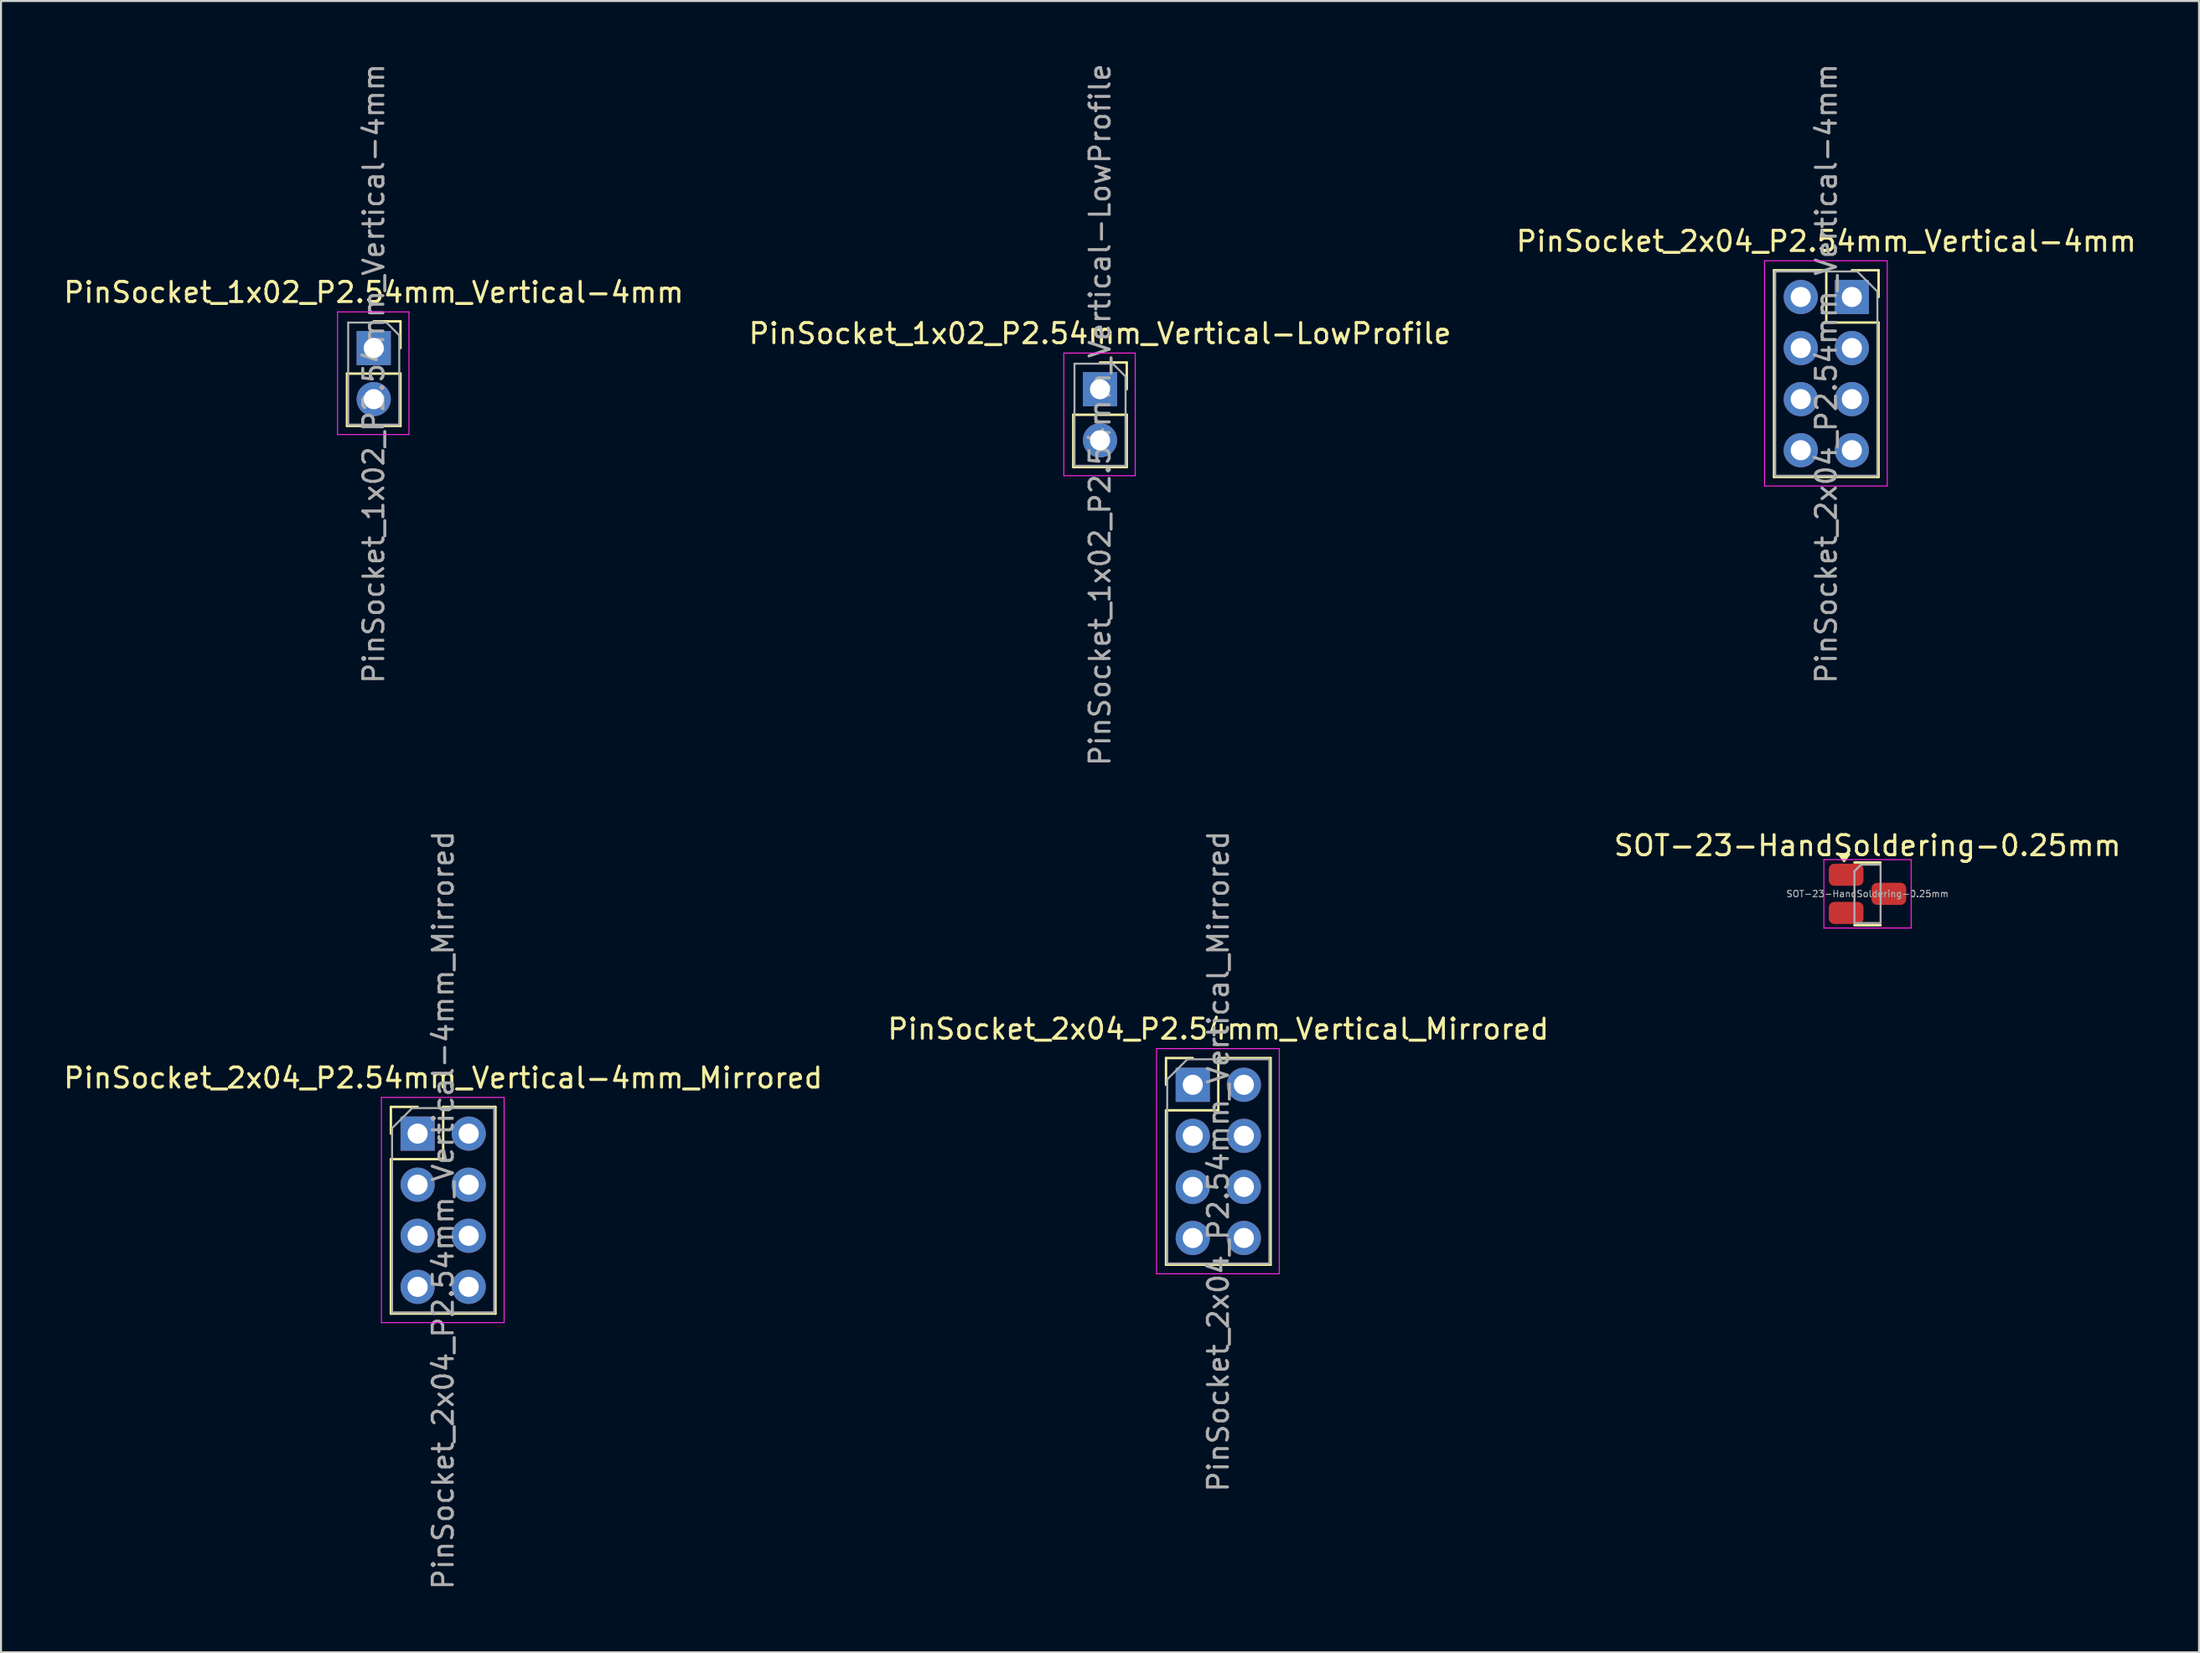
<source format=kicad_pcb>
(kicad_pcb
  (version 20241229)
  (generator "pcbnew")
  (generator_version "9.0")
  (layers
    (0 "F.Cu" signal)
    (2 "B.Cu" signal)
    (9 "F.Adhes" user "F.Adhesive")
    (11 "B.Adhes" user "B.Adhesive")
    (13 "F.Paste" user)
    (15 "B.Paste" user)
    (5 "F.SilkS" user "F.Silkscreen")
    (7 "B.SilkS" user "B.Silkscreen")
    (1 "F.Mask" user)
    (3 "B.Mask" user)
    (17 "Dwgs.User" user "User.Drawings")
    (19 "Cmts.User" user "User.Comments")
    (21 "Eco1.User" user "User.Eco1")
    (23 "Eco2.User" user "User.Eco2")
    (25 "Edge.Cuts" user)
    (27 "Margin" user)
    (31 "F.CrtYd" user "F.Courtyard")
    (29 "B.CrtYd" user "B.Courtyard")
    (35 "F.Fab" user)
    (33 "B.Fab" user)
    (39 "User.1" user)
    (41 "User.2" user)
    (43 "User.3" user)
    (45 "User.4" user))
  (footprint "SOT-23-HandSoldering-0.25mm"
    (layer "F.Cu")
    (at 89.792 41.403)
    (property "Reference" "SOT-23-HandSoldering-0.25mm" (at 0 -2.4 0) (layer "F.SilkS") (effects (font (size 1 1) (thickness 0.15))))
    (attr smd)
    (fp_line (start 0 -1.56) (end -0.65 -1.56) (stroke (width 0.12) (type solid)) (layer "F.SilkS"))
    (fp_line (start 0 -1.56) (end 0.65 -1.56) (stroke (width 0.12) (type solid)) (layer "F.SilkS"))
    (fp_line (start 0 1.56) (end -0.65 1.56) (stroke (width 0.12) (type solid)) (layer "F.SilkS"))
    (fp_line (start 0 1.56) (end 0.65 1.56) (stroke (width 0.12) (type solid)) (layer "F.SilkS"))
    (fp_poly (pts (xy -1.163 -1.635) (xy -1.403 -1.965) (xy -0.922 -1.965) (xy -1.163 -1.635)) (stroke (width 0.12) (type solid)) (fill yes) (layer "F.SilkS"))
    (fp_line (start -2.17 -1.7) (end -2.17 1.7) (stroke (width 0.05) (type solid)) (layer "F.CrtYd"))
    (fp_line (start -2.17 1.7) (end 2.17 1.7) (stroke (width 0.05) (type solid)) (layer "F.CrtYd"))
    (fp_line (start 2.17 -1.7) (end -2.17 -1.7) (stroke (width 0.05) (type solid)) (layer "F.CrtYd"))
    (fp_line (start 2.17 1.7) (end 2.17 -1.7) (stroke (width 0.05) (type solid)) (layer "F.CrtYd"))
    (fp_line (start -0.65 -1.125) (end -0.325 -1.45) (stroke (width 0.1) (type solid)) (layer "F.Fab"))
    (fp_line (start -0.65 1.45) (end -0.65 -1.125) (stroke (width 0.1) (type solid)) (layer "F.Fab"))
    (fp_line (start -0.325 -1.45) (end 0.65 -1.45) (stroke (width 0.1) (type solid)) (layer "F.Fab"))
    (fp_line (start 0.65 -1.45) (end 0.65 1.45) (stroke (width 0.1) (type solid)) (layer "F.Fab"))
    (fp_line (start 0.65 1.45) (end -0.65 1.45) (stroke (width 0.1) (type solid)) (layer "F.Fab"))
    (fp_text user "${REFERENCE}" (at 0 0 0) (layer "F.Fab") (effects (font (size 0.32 0.32) (thickness 0.05))))
    (pad "1" smd roundrect (at -1.062 -0.95) (size 1.725 1.1) (layers "F.Cu" "F.Mask" "F.Paste") (roundrect_rratio 0.25))
    (pad "2" smd roundrect (at -1.062 0.95) (size 1.725 1.1) (layers "F.Cu" "F.Mask" "F.Paste") (roundrect_rratio 0.25))
    (pad "3" smd roundrect (at 1.062 0) (size 1.725 1.1) (layers "F.Cu" "F.Mask" "F.Paste") (roundrect_rratio 0.25)))
  (footprint "PinSocket_1x02_P2.54mm_Vertical-LowProfile"
    (layer "F.Cu")
    (at 51.637 16.307)
    (property "Reference" "PinSocket_1x02_P2.54mm_Vertical-LowProfile" (at 0 -2.77 0) (layer "F.SilkS") (effects (font (size 1 1) (thickness 0.15))))
    (attr through_hole)
    (fp_line (start -1.33 1.27) (end -1.33 3.87) (stroke (width 0.12) (type solid)) (layer "F.SilkS"))
    (fp_line (start -1.33 1.27) (end 1.33 1.27) (stroke (width 0.12) (type solid)) (layer "F.SilkS"))
    (fp_line (start -1.33 3.87) (end 1.33 3.87) (stroke (width 0.12) (type solid)) (layer "F.SilkS"))
    (fp_line (start 0 -1.33) (end 1.33 -1.33) (stroke (width 0.12) (type solid)) (layer "F.SilkS"))
    (fp_line (start 1.33 -1.33) (end 1.33 0) (stroke (width 0.12) (type solid)) (layer "F.SilkS"))
    (fp_line (start 1.33 1.27) (end 1.33 3.87) (stroke (width 0.12) (type solid)) (layer "F.SilkS"))
    (fp_line (start -1.8 -1.8) (end 1.75 -1.8) (stroke (width 0.05) (type solid)) (layer "F.CrtYd"))
    (fp_line (start -1.8 4.3) (end -1.8 -1.8) (stroke (width 0.05) (type solid)) (layer "F.CrtYd"))
    (fp_line (start 1.75 -1.8) (end 1.75 4.3) (stroke (width 0.05) (type solid)) (layer "F.CrtYd"))
    (fp_line (start 1.75 4.3) (end -1.8 4.3) (stroke (width 0.05) (type solid)) (layer "F.CrtYd"))
    (fp_line (start -1.27 -1.27) (end 0.635 -1.27) (stroke (width 0.1) (type solid)) (layer "F.Fab"))
    (fp_line (start -1.27 3.81) (end -1.27 -1.27) (stroke (width 0.1) (type solid)) (layer "F.Fab"))
    (fp_line (start 0.635 -1.27) (end 1.27 -0.635) (stroke (width 0.1) (type solid)) (layer "F.Fab"))
    (fp_line (start 1.27 -0.635) (end 1.27 3.81) (stroke (width 0.1) (type solid)) (layer "F.Fab"))
    (fp_line (start 1.27 3.81) (end -1.27 3.81) (stroke (width 0.1) (type solid)) (layer "F.Fab"))
    (fp_text user "${REFERENCE}" (at 0 1.27 90) (layer "F.Fab") (effects (font (size 1 1) (thickness 0.15))))
    (pad "1" thru_hole rect (at 0 0) (size 1.7 1.7) (drill 1) (layers "*.Cu" "*.Mask"))
    (pad "2" thru_hole oval (at 0 2.54) (size 1.7 1.7) (drill 1) (layers "*.Cu" "*.Mask")))
  (footprint "PinSocket_2x04_P2.54mm_Vertical-4mm_Mirrored"
    (layer "F.Cu")
    (at 20.252 53.327)
    (property "Reference" "PinSocket_2x04_P2.54mm_Vertical-4mm_Mirrored" (at -1.27 -2.77 0) (layer "F.SilkS") (effects (font (size 1 1) (thickness 0.15))))
    (attr through_hole)
    (fp_line (start -3.87 -1.33) (end -3.87 0) (stroke (width 0.12) (type solid)) (layer "F.SilkS"))
    (fp_line (start -3.87 1.27) (end -3.87 8.95) (stroke (width 0.12) (type solid)) (layer "F.SilkS"))
    (fp_line (start -2.54 -1.33) (end -3.87 -1.33) (stroke (width 0.12) (type solid)) (layer "F.SilkS"))
    (fp_line (start -1.27 -1.33) (end -1.27 1.27) (stroke (width 0.12) (type solid)) (layer "F.SilkS"))
    (fp_line (start -1.27 1.27) (end -3.87 1.27) (stroke (width 0.12) (type solid)) (layer "F.SilkS"))
    (fp_line (start 1.33 -1.33) (end -1.27 -1.33) (stroke (width 0.12) (type solid)) (layer "F.SilkS"))
    (fp_line (start 1.33 -1.33) (end 1.33 8.95) (stroke (width 0.12) (type solid)) (layer "F.SilkS"))
    (fp_line (start 1.33 8.95) (end -3.87 8.95) (stroke (width 0.12) (type solid)) (layer "F.SilkS"))
    (fp_line (start -4.34 -1.8) (end 1.76 -1.8) (stroke (width 0.05) (type solid)) (layer "F.CrtYd"))
    (fp_line (start -4.34 9.4) (end -4.34 -1.8) (stroke (width 0.05) (type solid)) (layer "F.CrtYd"))
    (fp_line (start 1.76 -1.8) (end 1.76 9.4) (stroke (width 0.05) (type solid)) (layer "F.CrtYd"))
    (fp_line (start 1.76 9.4) (end -4.34 9.4) (stroke (width 0.05) (type solid)) (layer "F.CrtYd"))
    (fp_line (start -3.81 -0.27) (end -3.81 8.89) (stroke (width 0.1) (type solid)) (layer "F.Fab"))
    (fp_line (start -3.81 8.89) (end 1.27 8.89) (stroke (width 0.1) (type solid)) (layer "F.Fab"))
    (fp_line (start -2.81 -1.27) (end -3.81 -0.27) (stroke (width 0.1) (type solid)) (layer "F.Fab"))
    (fp_line (start 1.27 -1.27) (end -2.81 -1.27) (stroke (width 0.1) (type solid)) (layer "F.Fab"))
    (fp_line (start 1.27 8.89) (end 1.27 -1.27) (stroke (width 0.1) (type solid)) (layer "F.Fab"))
    (fp_text user "${REFERENCE}" (at -1.27 3.81 90) (layer "F.Fab") (effects (font (size 1 1) (thickness 0.15))))
    (pad "1" thru_hole rect (at -2.54 0) (size 1.7 1.7) (drill 1) (layers "*.Cu" "*.Mask"))
    (pad "2" thru_hole oval (at -2.54 2.54) (size 1.7 1.7) (drill 1) (layers "*.Cu" "*.Mask"))
    (pad "3" thru_hole oval (at -2.54 5.08) (size 1.7 1.7) (drill 1) (layers "*.Cu" "*.Mask"))
    (pad "4" thru_hole oval (at -2.54 7.62) (size 1.7 1.7) (drill 1) (layers "*.Cu" "*.Mask"))
    (pad "5" thru_hole oval (at 0 0) (size 1.7 1.7) (drill 1) (layers "*.Cu" "*.Mask"))
    (pad "6" thru_hole oval (at 0 2.54) (size 1.7 1.7) (drill 1) (layers "*.Cu" "*.Mask"))
    (pad "7" thru_hole oval (at 0 5.08) (size 1.7 1.7) (drill 1) (layers "*.Cu" "*.Mask"))
    (pad "8" thru_hole oval (at 0 7.62) (size 1.7 1.7) (drill 1) (layers "*.Cu" "*.Mask")))
  (footprint "PinSocket_2x04_P2.54mm_Vertical-4mm"
    (layer "F.Cu")
    (at 89.014 11.72)
    (property "Reference" "PinSocket_2x04_P2.54mm_Vertical-4mm" (at -1.27 -2.77 0) (layer "F.SilkS") (effects (font (size 1 1) (thickness 0.15))))
    (attr through_hole)
    (fp_line (start -3.87 -1.33) (end -3.87 8.95) (stroke (width 0.12) (type solid)) (layer "F.SilkS"))
    (fp_line (start -3.87 -1.33) (end -1.27 -1.33) (stroke (width 0.12) (type solid)) (layer "F.SilkS"))
    (fp_line (start -3.87 8.95) (end 1.33 8.95) (stroke (width 0.12) (type solid)) (layer "F.SilkS"))
    (fp_line (start -1.27 -1.33) (end -1.27 1.27) (stroke (width 0.12) (type solid)) (layer "F.SilkS"))
    (fp_line (start -1.27 1.27) (end 1.33 1.27) (stroke (width 0.12) (type solid)) (layer "F.SilkS"))
    (fp_line (start 0 -1.33) (end 1.33 -1.33) (stroke (width 0.12) (type solid)) (layer "F.SilkS"))
    (fp_line (start 1.33 -1.33) (end 1.33 0) (stroke (width 0.12) (type solid)) (layer "F.SilkS"))
    (fp_line (start 1.33 1.27) (end 1.33 8.95) (stroke (width 0.12) (type solid)) (layer "F.SilkS"))
    (fp_line (start -4.34 -1.8) (end 1.76 -1.8) (stroke (width 0.05) (type solid)) (layer "F.CrtYd"))
    (fp_line (start -4.34 9.4) (end -4.34 -1.8) (stroke (width 0.05) (type solid)) (layer "F.CrtYd"))
    (fp_line (start 1.76 -1.8) (end 1.76 9.4) (stroke (width 0.05) (type solid)) (layer "F.CrtYd"))
    (fp_line (start 1.76 9.4) (end -4.34 9.4) (stroke (width 0.05) (type solid)) (layer "F.CrtYd"))
    (fp_line (start -3.81 -1.27) (end 0.27 -1.27) (stroke (width 0.1) (type solid)) (layer "F.Fab"))
    (fp_line (start -3.81 8.89) (end -3.81 -1.27) (stroke (width 0.1) (type solid)) (layer "F.Fab"))
    (fp_line (start 0.27 -1.27) (end 1.27 -0.27) (stroke (width 0.1) (type solid)) (layer "F.Fab"))
    (fp_line (start 1.27 -0.27) (end 1.27 8.89) (stroke (width 0.1) (type solid)) (layer "F.Fab"))
    (fp_line (start 1.27 8.89) (end -3.81 8.89) (stroke (width 0.1) (type solid)) (layer "F.Fab"))
    (fp_text user "${REFERENCE}" (at -1.27 3.81 90) (layer "F.Fab") (effects (font (size 1 1) (thickness 0.15))))
    (pad "1" thru_hole rect (at 0 0) (size 1.7 1.7) (drill 1) (layers "*.Cu" "*.Mask"))
    (pad "2" thru_hole oval (at -2.54 0) (size 1.7 1.7) (drill 1) (layers "*.Cu" "*.Mask"))
    (pad "3" thru_hole oval (at 0 2.54) (size 1.7 1.7) (drill 1) (layers "*.Cu" "*.Mask"))
    (pad "4" thru_hole oval (at -2.54 2.54) (size 1.7 1.7) (drill 1) (layers "*.Cu" "*.Mask"))
    (pad "5" thru_hole oval (at 0 5.08) (size 1.7 1.7) (drill 1) (layers "*.Cu" "*.Mask"))
    (pad "6" thru_hole oval (at -2.54 5.08) (size 1.7 1.7) (drill 1) (layers "*.Cu" "*.Mask"))
    (pad "7" thru_hole oval (at 0 7.62) (size 1.7 1.7) (drill 1) (layers "*.Cu" "*.Mask"))
    (pad "8" thru_hole oval (at -2.54 7.62) (size 1.7 1.7) (drill 1) (layers "*.Cu" "*.Mask")))
  (footprint "PinSocket_1x02_P2.54mm_Vertical-4mm"
    (layer "F.Cu")
    (at 15.53 14.26)
    (property "Reference" "PinSocket_1x02_P2.54mm_Vertical-4mm" (at 0 -2.77 0) (layer "F.SilkS") (effects (font (size 1 1) (thickness 0.15))))
    (attr through_hole)
    (fp_line (start -1.33 1.27) (end -1.33 3.87) (stroke (width 0.12) (type solid)) (layer "F.SilkS"))
    (fp_line (start -1.33 1.27) (end 1.33 1.27) (stroke (width 0.12) (type solid)) (layer "F.SilkS"))
    (fp_line (start -1.33 3.87) (end 1.33 3.87) (stroke (width 0.12) (type solid)) (layer "F.SilkS"))
    (fp_line (start 0 -1.33) (end 1.33 -1.33) (stroke (width 0.12) (type solid)) (layer "F.SilkS"))
    (fp_line (start 1.33 -1.33) (end 1.33 0) (stroke (width 0.12) (type solid)) (layer "F.SilkS"))
    (fp_line (start 1.33 1.27) (end 1.33 3.87) (stroke (width 0.12) (type solid)) (layer "F.SilkS"))
    (fp_line (start -1.8 -1.8) (end 1.75 -1.8) (stroke (width 0.05) (type solid)) (layer "F.CrtYd"))
    (fp_line (start -1.8 4.3) (end -1.8 -1.8) (stroke (width 0.05) (type solid)) (layer "F.CrtYd"))
    (fp_line (start 1.75 -1.8) (end 1.75 4.3) (stroke (width 0.05) (type solid)) (layer "F.CrtYd"))
    (fp_line (start 1.75 4.3) (end -1.8 4.3) (stroke (width 0.05) (type solid)) (layer "F.CrtYd"))
    (fp_line (start -1.27 -1.27) (end 0.635 -1.27) (stroke (width 0.1) (type solid)) (layer "F.Fab"))
    (fp_line (start -1.27 3.81) (end -1.27 -1.27) (stroke (width 0.1) (type solid)) (layer "F.Fab"))
    (fp_line (start 0.635 -1.27) (end 1.27 -0.635) (stroke (width 0.1) (type solid)) (layer "F.Fab"))
    (fp_line (start 1.27 -0.635) (end 1.27 3.81) (stroke (width 0.1) (type solid)) (layer "F.Fab"))
    (fp_line (start 1.27 3.81) (end -1.27 3.81) (stroke (width 0.1) (type solid)) (layer "F.Fab"))
    (fp_text user "${REFERENCE}" (at 0 1.27 90) (layer "F.Fab") (effects (font (size 1 1) (thickness 0.15))))
    (pad "1" thru_hole rect (at 0 0) (size 1.7 1.7) (drill 1) (layers "*.Cu" "*.Mask"))
    (pad "2" thru_hole oval (at 0 2.54) (size 1.7 1.7) (drill 1) (layers "*.Cu" "*.Mask")))
  (footprint "PinSocket_2x04_P2.54mm_Vertical_Mirrored"
    (layer "F.Cu")
    (at 58.788 50.898)
    (property "Reference" "PinSocket_2x04_P2.54mm_Vertical_Mirrored" (at -1.27 -2.77 0) (layer "F.SilkS") (effects (font (size 1 1) (thickness 0.15))))
    (attr through_hole)
    (fp_line (start -3.87 -1.33) (end -3.87 0) (stroke (width 0.12) (type solid)) (layer "F.SilkS"))
    (fp_line (start -3.87 1.27) (end -3.87 8.95) (stroke (width 0.12) (type solid)) (layer "F.SilkS"))
    (fp_line (start -2.54 -1.33) (end -3.87 -1.33) (stroke (width 0.12) (type solid)) (layer "F.SilkS"))
    (fp_line (start -1.27 -1.33) (end -1.27 1.27) (stroke (width 0.12) (type solid)) (layer "F.SilkS"))
    (fp_line (start -1.27 1.27) (end -3.87 1.27) (stroke (width 0.12) (type solid)) (layer "F.SilkS"))
    (fp_line (start 1.33 -1.33) (end -1.27 -1.33) (stroke (width 0.12) (type solid)) (layer "F.SilkS"))
    (fp_line (start 1.33 -1.33) (end 1.33 8.95) (stroke (width 0.12) (type solid)) (layer "F.SilkS"))
    (fp_line (start 1.33 8.95) (end -3.87 8.95) (stroke (width 0.12) (type solid)) (layer "F.SilkS"))
    (fp_line (start -4.34 -1.8) (end 1.76 -1.8) (stroke (width 0.05) (type solid)) (layer "F.CrtYd"))
    (fp_line (start -4.34 9.4) (end -4.34 -1.8) (stroke (width 0.05) (type solid)) (layer "F.CrtYd"))
    (fp_line (start 1.76 -1.8) (end 1.76 9.4) (stroke (width 0.05) (type solid)) (layer "F.CrtYd"))
    (fp_line (start 1.76 9.4) (end -4.34 9.4) (stroke (width 0.05) (type solid)) (layer "F.CrtYd"))
    (fp_line (start -3.81 -0.27) (end -3.81 8.89) (stroke (width 0.1) (type solid)) (layer "F.Fab"))
    (fp_line (start -3.81 8.89) (end 1.27 8.89) (stroke (width 0.1) (type solid)) (layer "F.Fab"))
    (fp_line (start -2.81 -1.27) (end -3.81 -0.27) (stroke (width 0.1) (type solid)) (layer "F.Fab"))
    (fp_line (start 1.27 -1.27) (end -2.81 -1.27) (stroke (width 0.1) (type solid)) (layer "F.Fab"))
    (fp_line (start 1.27 8.89) (end 1.27 -1.27) (stroke (width 0.1) (type solid)) (layer "F.Fab"))
    (fp_text user "${REFERENCE}" (at -1.27 3.81 90) (layer "F.Fab") (effects (font (size 1 1) (thickness 0.15))))
    (pad "1" thru_hole rect (at -2.54 0) (size 1.7 1.7) (drill 1) (layers "*.Cu" "*.Mask"))
    (pad "2" thru_hole oval (at -2.54 2.54) (size 1.7 1.7) (drill 1) (layers "*.Cu" "*.Mask"))
    (pad "3" thru_hole oval (at -2.54 5.08) (size 1.7 1.7) (drill 1) (layers "*.Cu" "*.Mask"))
    (pad "4" thru_hole oval (at -2.54 7.62) (size 1.7 1.7) (drill 1) (layers "*.Cu" "*.Mask"))
    (pad "5" thru_hole oval (at 0 0) (size 1.7 1.7) (drill 1) (layers "*.Cu" "*.Mask"))
    (pad "6" thru_hole oval (at 0 2.54) (size 1.7 1.7) (drill 1) (layers "*.Cu" "*.Mask"))
    (pad "7" thru_hole oval (at 0 5.08) (size 1.7 1.7) (drill 1) (layers "*.Cu" "*.Mask"))
    (pad "8" thru_hole oval (at 0 7.62) (size 1.7 1.7) (drill 1) (layers "*.Cu" "*.Mask")))
  (gr_rect
    (start -3 -3)
    (end 106.274 79.119)
    (stroke (width 0.1) (type default))
    (fill no)
    (layer "Edge.Cuts")))
</source>
